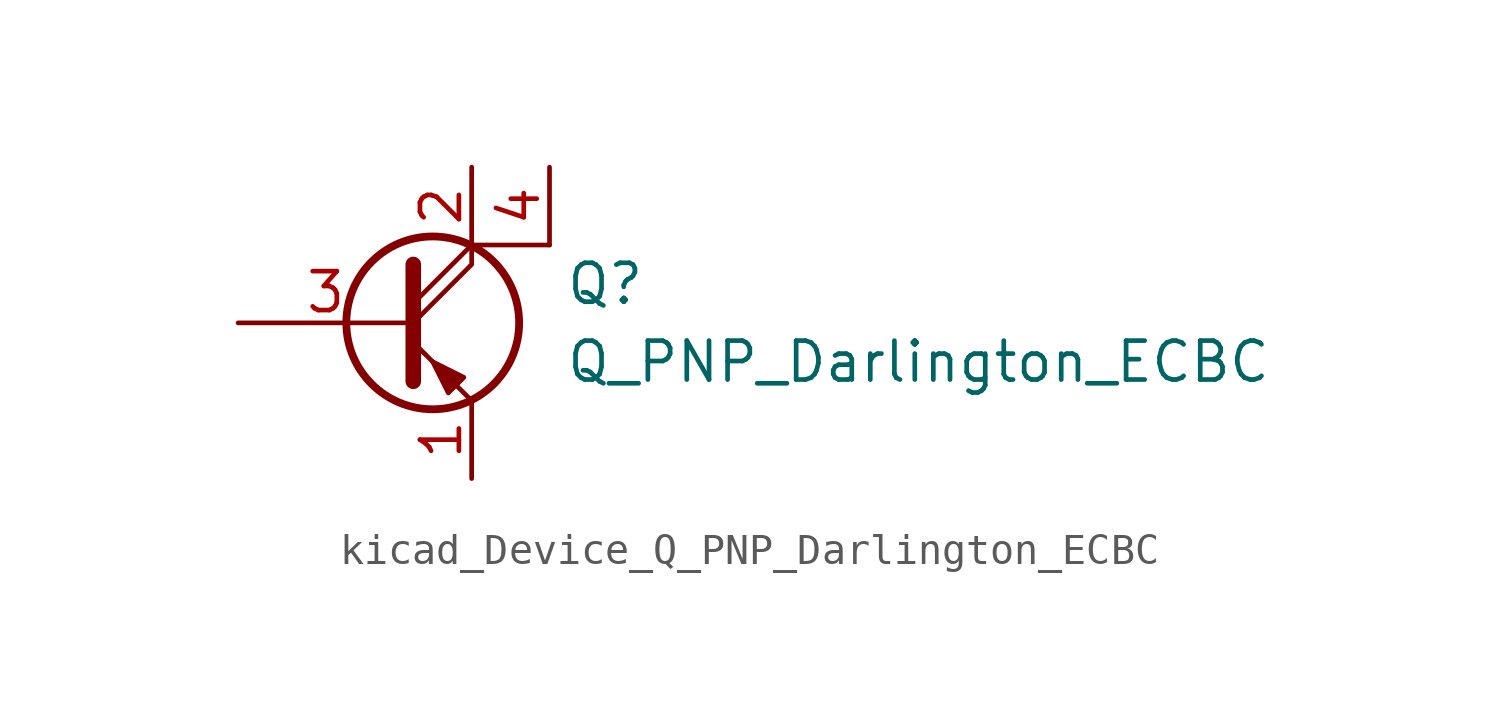
<source format=kicad_sym>
(kicad_symbol_lib
  (version 20220914)
  (generator kicad_symbol_editor)
  (symbol "kicad_Device_Q_PNP_Darlington_ECBC"
    (pin_names
      (offset 0) hide)
    (property "Reference" "Q"
      (at 5.588 1.27 0)
      (effects (font (size 1.27 1.27)) (justify left)))
    (property "Value" "Q_PNP_Darlington_ECBC"
      (at 5.588 -1.27 0)
      (effects (font (size 1.27 1.27)) (justify left)))
    (symbol "kicad_Device_Q_PNP_Darlington_ECBC_0_1"
      (polyline (pts (xy 0.635 0.635) (xy 2.54 2.54)) (stroke (width 0) (type default)) (fill (type none)))
      (polyline (pts (xy 5.08 2.54) (xy 2.54 2.54)) (stroke (width 0) (type default)) (fill (type none)))
      (polyline (pts (xy 0.635 -0.635) (xy 2.54 -2.54) (xy 2.54 -2.54)) (stroke (width 0) (type default)) (fill (type none)))
      (polyline (pts (xy 0.635 0) (xy 2.54 1.905) (xy 2.54 2.54)) (stroke (width 0) (type default)) (fill (type none)))
      (polyline (pts (xy 0.635 1.905) (xy 0.635 -1.905) (xy 0.635 -1.905)) (stroke (width 0.508) (type default)) (fill (type none)))
      (polyline (pts (xy 2.286 -1.778) (xy 1.778 -2.286) (xy 1.27 -1.27) (xy 2.286 -1.778) (xy 2.286 -1.778)) (stroke (width 0) (type default)) (fill (type outline)))
      (circle (center 1.27 0) (radius 2.819) (stroke (width 0.254) (type default)) (fill (type none))))
    (symbol "kicad_Device_Q_PNP_Darlington_ECBC_1_1"
      (pin passive line (at 2.54 -5.08 90) (length 2.54) (name "E" (effects (font (size 1.27 1.27)))) (number "1" (effects (font (size 1.27 1.27)))))
      (pin passive line (at 2.54 5.08 270) (length 2.54) (name "C" (effects (font (size 1.27 1.27)))) (number "2" (effects (font (size 1.27 1.27)))))
      (pin input line (at -5.08 0 0) (length 5.715) (name "B" (effects (font (size 1.27 1.27)))) (number "3" (effects (font (size 1.27 1.27)))))
      (pin passive line (at 5.08 5.08 270) (length 2.54) (name "C" (effects (font (size 1.27 1.27)))) (number "4" (effects (font (size 1.27 1.27))))))))
</source>
